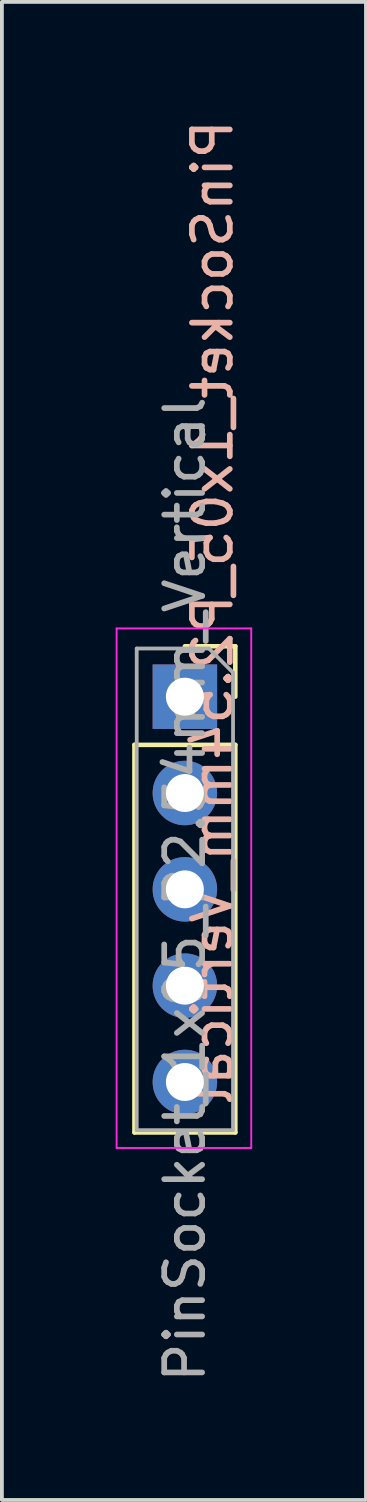
<source format=kicad_pcb>
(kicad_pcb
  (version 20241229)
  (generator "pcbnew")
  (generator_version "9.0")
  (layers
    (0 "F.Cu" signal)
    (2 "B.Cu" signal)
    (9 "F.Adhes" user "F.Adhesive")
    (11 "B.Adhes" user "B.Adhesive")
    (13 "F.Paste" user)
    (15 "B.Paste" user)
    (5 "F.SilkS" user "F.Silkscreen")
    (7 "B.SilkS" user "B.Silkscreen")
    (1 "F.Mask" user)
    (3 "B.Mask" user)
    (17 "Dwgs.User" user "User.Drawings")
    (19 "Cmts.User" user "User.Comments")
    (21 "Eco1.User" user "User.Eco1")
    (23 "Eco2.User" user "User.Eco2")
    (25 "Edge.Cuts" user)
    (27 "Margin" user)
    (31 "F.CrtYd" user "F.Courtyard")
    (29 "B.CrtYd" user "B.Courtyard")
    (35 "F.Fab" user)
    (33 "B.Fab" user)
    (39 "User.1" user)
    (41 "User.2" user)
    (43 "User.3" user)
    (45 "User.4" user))
  (footprint "PinSocket_1x05_P2.54mm_Vertical"
    (layer "F.Cu")
    (at 1.825 15.321)
    (property "Reference" "PinSocket_1x05_P2.54mm_Vertical" (at 0.73 -2.22 90) (layer "B.SilkS") (effects (font (size 1 1) (thickness 0.15)) (justify mirror)))
    (attr through_hole)
    (fp_line (start -1.33 1.27) (end -1.33 11.49) (stroke (width 0.12) (type solid)) (layer "F.SilkS"))
    (fp_line (start -1.33 1.27) (end 1.33 1.27) (stroke (width 0.12) (type solid)) (layer "F.SilkS"))
    (fp_line (start -1.33 11.49) (end 1.33 11.49) (stroke (width 0.12) (type solid)) (layer "F.SilkS"))
    (fp_line (start 0 -1.33) (end 1.33 -1.33) (stroke (width 0.12) (type solid)) (layer "F.SilkS"))
    (fp_line (start 1.33 -1.33) (end 1.33 0) (stroke (width 0.12) (type solid)) (layer "F.SilkS"))
    (fp_line (start 1.33 1.27) (end 1.33 11.49) (stroke (width 0.12) (type solid)) (layer "F.SilkS"))
    (fp_line (start -1.8 -1.8) (end 1.75 -1.8) (stroke (width 0.05) (type solid)) (layer "F.CrtYd"))
    (fp_line (start -1.8 11.9) (end -1.8 -1.8) (stroke (width 0.05) (type solid)) (layer "F.CrtYd"))
    (fp_line (start 1.75 -1.8) (end 1.75 11.9) (stroke (width 0.05) (type solid)) (layer "F.CrtYd"))
    (fp_line (start 1.75 11.9) (end -1.8 11.9) (stroke (width 0.05) (type solid)) (layer "F.CrtYd"))
    (fp_line (start -1.27 -1.27) (end 0.635 -1.27) (stroke (width 0.1) (type solid)) (layer "F.Fab"))
    (fp_line (start -1.27 11.43) (end -1.27 -1.27) (stroke (width 0.1) (type solid)) (layer "F.Fab"))
    (fp_line (start 0.635 -1.27) (end 1.27 -0.635) (stroke (width 0.1) (type solid)) (layer "F.Fab"))
    (fp_line (start 1.27 -0.635) (end 1.27 11.43) (stroke (width 0.1) (type solid)) (layer "F.Fab"))
    (fp_line (start 1.27 11.43) (end -1.27 11.43) (stroke (width 0.1) (type solid)) (layer "F.Fab"))
    (fp_text user "${REFERENCE}" (at 0 5.08 90) (layer "F.Fab") (effects (font (size 1 1) (thickness 0.15))))
    (pad "1" thru_hole rect (at 0 0) (size 1.7 1.7) (drill 1) (layers "*.Cu" "*.Mask"))
    (pad "2" thru_hole oval (at 0 2.54) (size 1.7 1.7) (drill 1) (layers "*.Cu" "*.Mask"))
    (pad "3" thru_hole oval (at 0 5.08) (size 1.7 1.7) (drill 1) (layers "*.Cu" "*.Mask"))
    (pad "4" thru_hole oval (at 0 7.62) (size 1.7 1.7) (drill 1) (layers "*.Cu" "*.Mask"))
    (pad "5" thru_hole oval (at 0 10.16) (size 1.7 1.7) (drill 1) (layers "*.Cu" "*.Mask")))
  (gr_rect
    (start -3 -3)
    (end 6.6 36.502)
    (stroke (width 0.1) (type default))
    (fill no)
    (layer "Edge.Cuts")))
</source>
